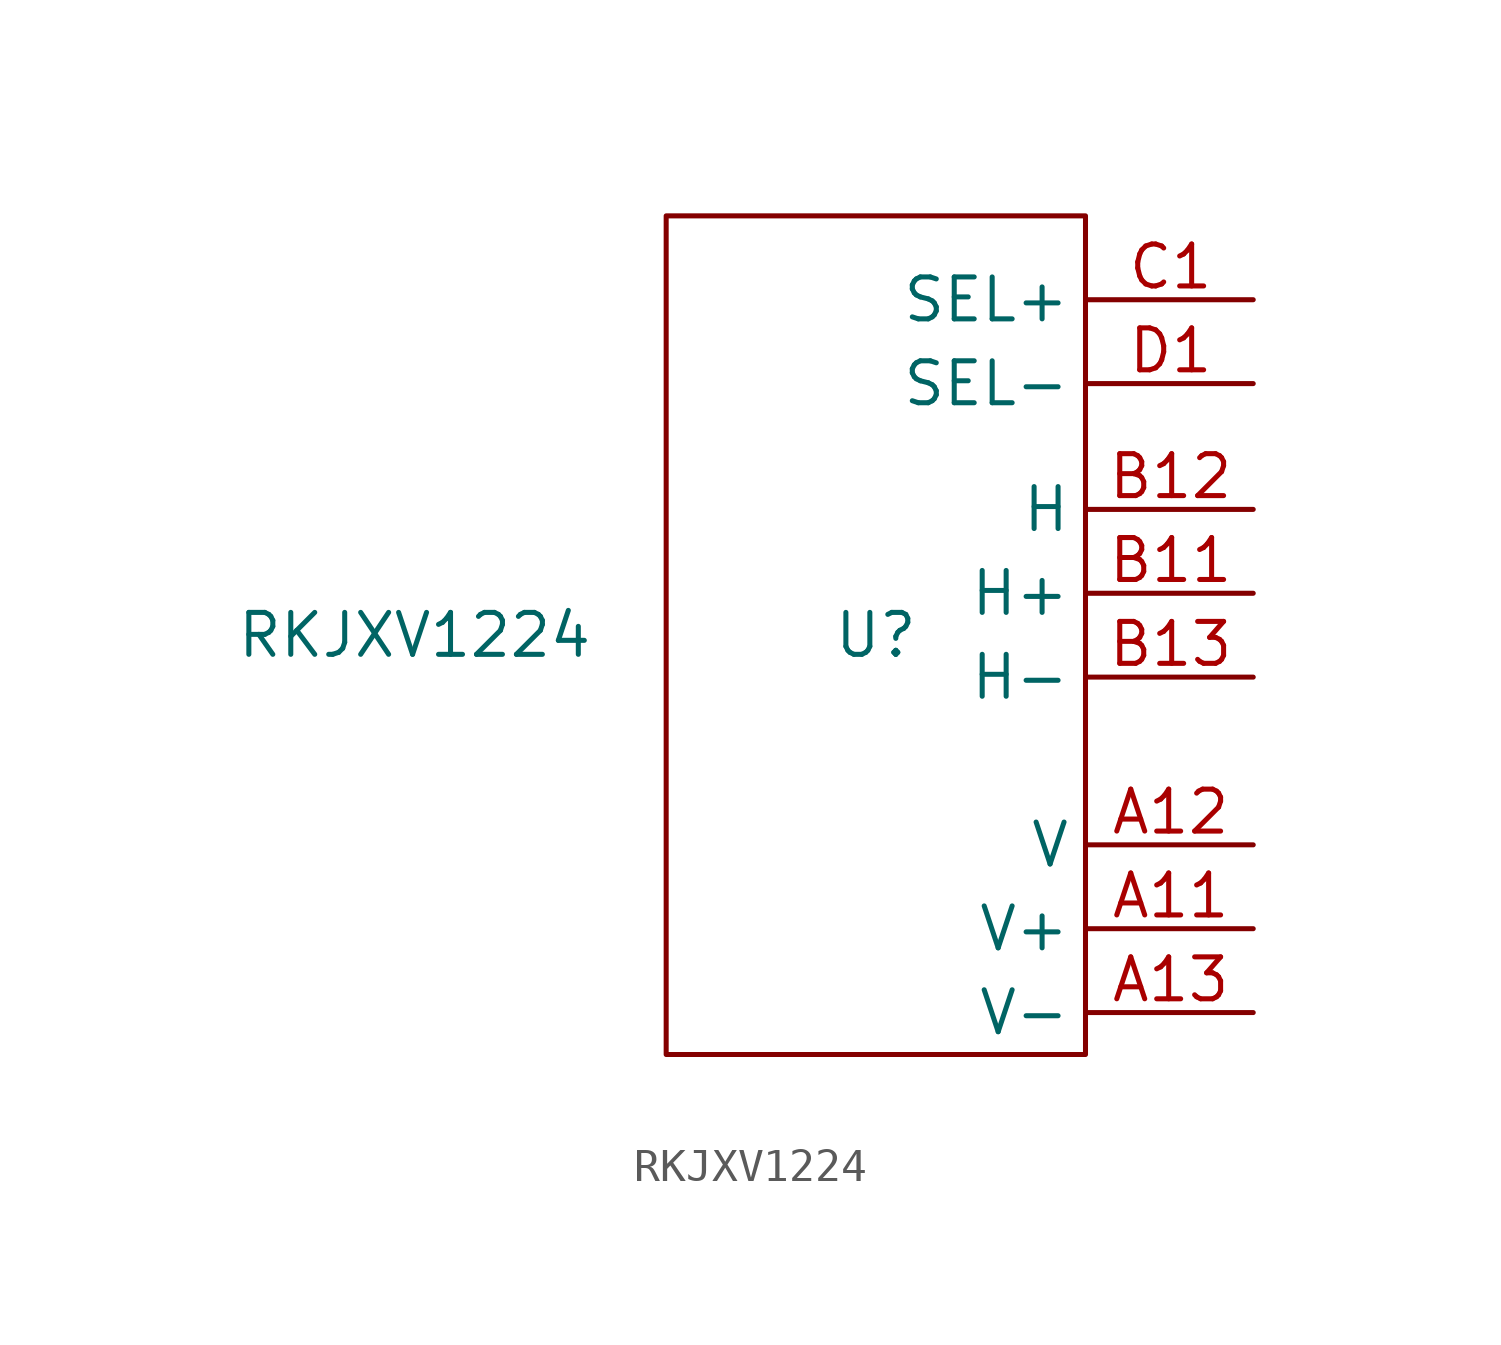
<source format=kicad_sym>
(kicad_symbol_lib
  (version 20211014)
  (generator kicad_symbol_editor)
  (symbol "RKJXV1224"
    (property "Reference" "U"
      (at 0 0 0)
      (effects (font (size 1.27 1.27))))
    (property "Value" "RKJXV1224"
      (at -13.97 0 0)
      (effects (font (size 1.27 1.27))))
    (symbol "RKJXV1224_0_1"
      (rectangle (start -6.35 12.7) (end 6.35 -12.7) (stroke (width 0) (type default) (color 0 0 0 0)) (fill (type none))))
    (symbol "RKJXV1224_1_1"
      (pin passive line (at 11.43 -8.89 180) (length 5) (name "V+" (effects (font (size 1.27 1.27)))) (number "A11" (effects (font (size 1.27 1.27)))))
      (pin passive line (at 11.43 -6.35 180) (length 5) (name "V" (effects (font (size 1.27 1.27)))) (number "A12" (effects (font (size 1.27 1.27)))))
      (pin passive line (at 11.43 -11.43 180) (length 5) (name "V-" (effects (font (size 1.27 1.27)))) (number "A13" (effects (font (size 1.27 1.27)))))
      (pin passive line (at 11.43 1.27 180) (length 5) (name "H+" (effects (font (size 1.27 1.27)))) (number "B11" (effects (font (size 1.27 1.27)))))
      (pin passive line (at 11.43 3.81 180) (length 5) (name "H" (effects (font (size 1.27 1.27)))) (number "B12" (effects (font (size 1.27 1.27)))))
      (pin passive line (at 11.43 -1.27 180) (length 5) (name "H-" (effects (font (size 1.27 1.27)))) (number "B13" (effects (font (size 1.27 1.27)))))
      (pin passive line (at 11.43 10.16 180) (length 5) (name "SEL+" (effects (font (size 1.27 1.27)))) (number "C1" (effects (font (size 1.27 1.27)))))
      (pin passive line (at 11.43 7.62 180) (length 5) (name "SEL-" (effects (font (size 1.27 1.27)))) (number "D1" (effects (font (size 1.27 1.27))))))))
</source>
